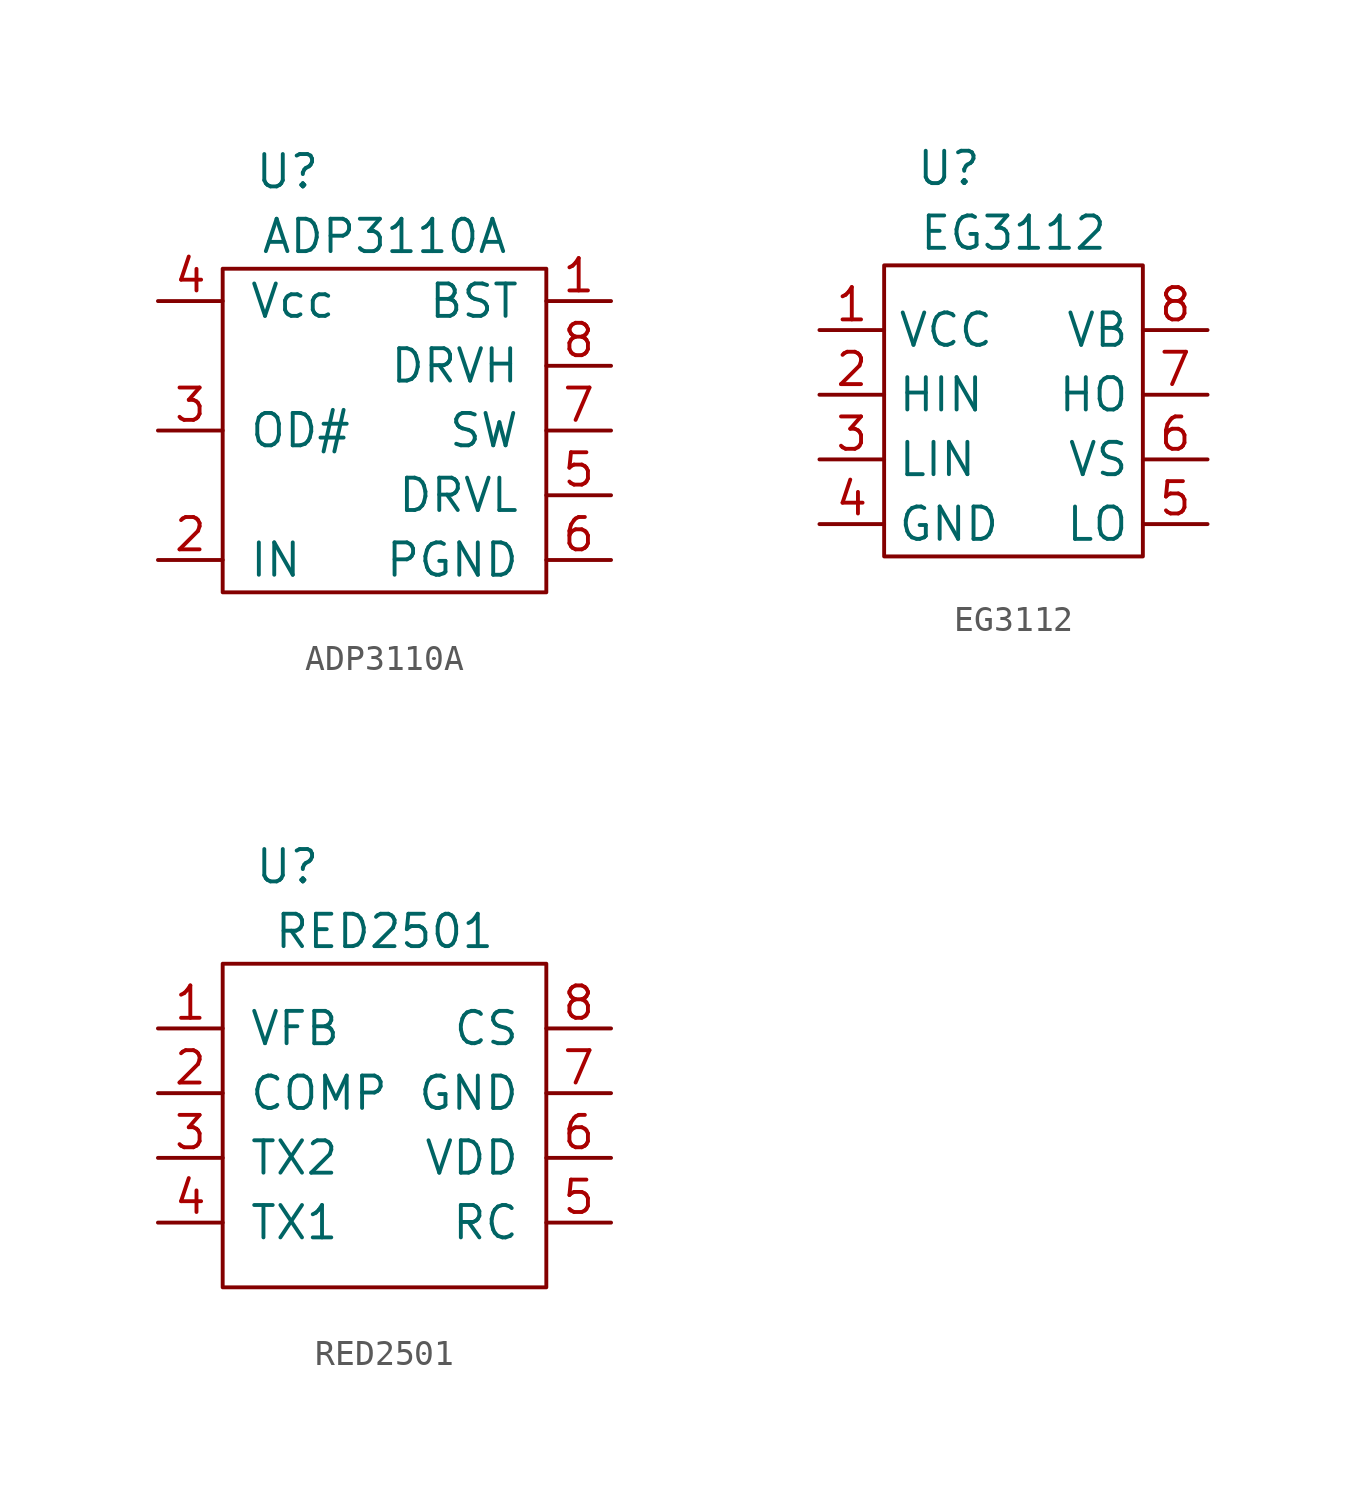
<source format=kicad_sym>
(kicad_symbol_lib
  (version 20211014)
  (generator kicad_symbol_editor)
  (symbol "ADP3110A"
    (pin_names
      (offset 1.016))
    (property "Reference" "U"
      (at -3.81 10.16 0)
      (effects (font (size 1.27 1.27))))
    (property "Value" "ADP3110A"
      (at 0 7.62 0)
      (effects (font (size 1.27 1.27))))
    (symbol "ADP3110A_0_1"
      (rectangle (start -6.35 6.35) (end 6.35 -6.35) (stroke (width 0) (type default) (color 0 0 0 0)) (fill (type none))))
    (symbol "ADP3110A_1_1"
      (pin input line (at 8.89 5.08 180) (length 2.54) (name "BST" (effects (font (size 1.27 1.27)))) (number "1" (effects (font (size 1.27 1.27)))))
      (pin input line (at -8.89 -5.08 0) (length 2.54) (name "IN" (effects (font (size 1.27 1.27)))) (number "2" (effects (font (size 1.27 1.27)))))
      (pin input line (at -8.89 0 0) (length 2.54) (name "OD#" (effects (font (size 1.27 1.27)))) (number "3" (effects (font (size 1.27 1.27)))))
      (pin input line (at -8.89 5.08 0) (length 2.54) (name "Vcc" (effects (font (size 1.27 1.27)))) (number "4" (effects (font (size 1.27 1.27)))))
      (pin input line (at 8.89 -2.54 180) (length 2.54) (name "DRVL" (effects (font (size 1.27 1.27)))) (number "5" (effects (font (size 1.27 1.27)))))
      (pin input line (at 8.89 -5.08 180) (length 2.54) (name "PGND" (effects (font (size 1.27 1.27)))) (number "6" (effects (font (size 1.27 1.27)))))
      (pin input line (at 8.89 0 180) (length 2.54) (name "SW" (effects (font (size 1.27 1.27)))) (number "7" (effects (font (size 1.27 1.27)))))
      (pin input line (at 8.89 2.54 180) (length 2.54) (name "DRVH" (effects (font (size 1.27 1.27)))) (number "8" (effects (font (size 1.27 1.27)))))))
  (symbol "EG3112"
    (property "Reference" "U"
      (at -2.54 10.16 0)
      (effects (font (size 1.27 1.27))))
    (property "Value" "EG3112"
      (at 0 7.62 0)
      (effects (font (size 1.27 1.27))))
    (symbol "EG3112_0_1"
      (rectangle (start -5.08 6.35) (end 5.08 -5.08) (stroke (width 0) (type default) (color 0 0 0 0)) (fill (type none))))
    (symbol "EG3112_1_1"
      (pin input line (at -7.62 3.81 0) (length 2.54) (name "VCC" (effects (font (size 1.27 1.27)))) (number "1" (effects (font (size 1.27 1.27)))))
      (pin input line (at -7.62 1.27 0) (length 2.54) (name "HIN" (effects (font (size 1.27 1.27)))) (number "2" (effects (font (size 1.27 1.27)))))
      (pin input line (at -7.62 -1.27 0) (length 2.54) (name "LIN" (effects (font (size 1.27 1.27)))) (number "3" (effects (font (size 1.27 1.27)))))
      (pin input line (at -7.62 -3.81 0) (length 2.54) (name "GND" (effects (font (size 1.27 1.27)))) (number "4" (effects (font (size 1.27 1.27)))))
      (pin input line (at 7.62 -3.81 180) (length 2.54) (name "LO" (effects (font (size 1.27 1.27)))) (number "5" (effects (font (size 1.27 1.27)))))
      (pin input line (at 7.62 -1.27 180) (length 2.54) (name "VS" (effects (font (size 1.27 1.27)))) (number "6" (effects (font (size 1.27 1.27)))))
      (pin input line (at 7.62 1.27 180) (length 2.54) (name "HO" (effects (font (size 1.27 1.27)))) (number "7" (effects (font (size 1.27 1.27)))))
      (pin input line (at 7.62 3.81 180) (length 2.54) (name "VB" (effects (font (size 1.27 1.27)))) (number "8" (effects (font (size 1.27 1.27)))))))
  (symbol "RED2501"
    (pin_names
      (offset 1.016))
    (property "Reference" "U"
      (at -3.81 10.16 0)
      (effects (font (size 1.27 1.27))))
    (property "Value" "RED2501"
      (at 0 7.62 0)
      (effects (font (size 1.27 1.27))))
    (symbol "RED2501_0_1"
      (rectangle (start -6.35 6.35) (end 6.35 -6.35) (stroke (width 0) (type default) (color 0 0 0 0)) (fill (type none))))
    (symbol "RED2501_1_1"
      (pin input line (at -8.89 3.81 0) (length 2.54) (name "VFB" (effects (font (size 1.27 1.27)))) (number "1" (effects (font (size 1.27 1.27)))))
      (pin input line (at -8.89 1.27 0) (length 2.54) (name "COMP" (effects (font (size 1.27 1.27)))) (number "2" (effects (font (size 1.27 1.27)))))
      (pin input line (at -8.89 -1.27 0) (length 2.54) (name "TX2" (effects (font (size 1.27 1.27)))) (number "3" (effects (font (size 1.27 1.27)))))
      (pin input line (at -8.89 -3.81 0) (length 2.54) (name "TX1" (effects (font (size 1.27 1.27)))) (number "4" (effects (font (size 1.27 1.27)))))
      (pin input line (at 8.89 -3.81 180) (length 2.54) (name "RC" (effects (font (size 1.27 1.27)))) (number "5" (effects (font (size 1.27 1.27)))))
      (pin input line (at 8.89 -1.27 180) (length 2.54) (name "VDD" (effects (font (size 1.27 1.27)))) (number "6" (effects (font (size 1.27 1.27)))))
      (pin input line (at 8.89 1.27 180) (length 2.54) (name "GND" (effects (font (size 1.27 1.27)))) (number "7" (effects (font (size 1.27 1.27)))))
      (pin input line (at 8.89 3.81 180) (length 2.54) (name "CS" (effects (font (size 1.27 1.27)))) (number "8" (effects (font (size 1.27 1.27))))))))
</source>
